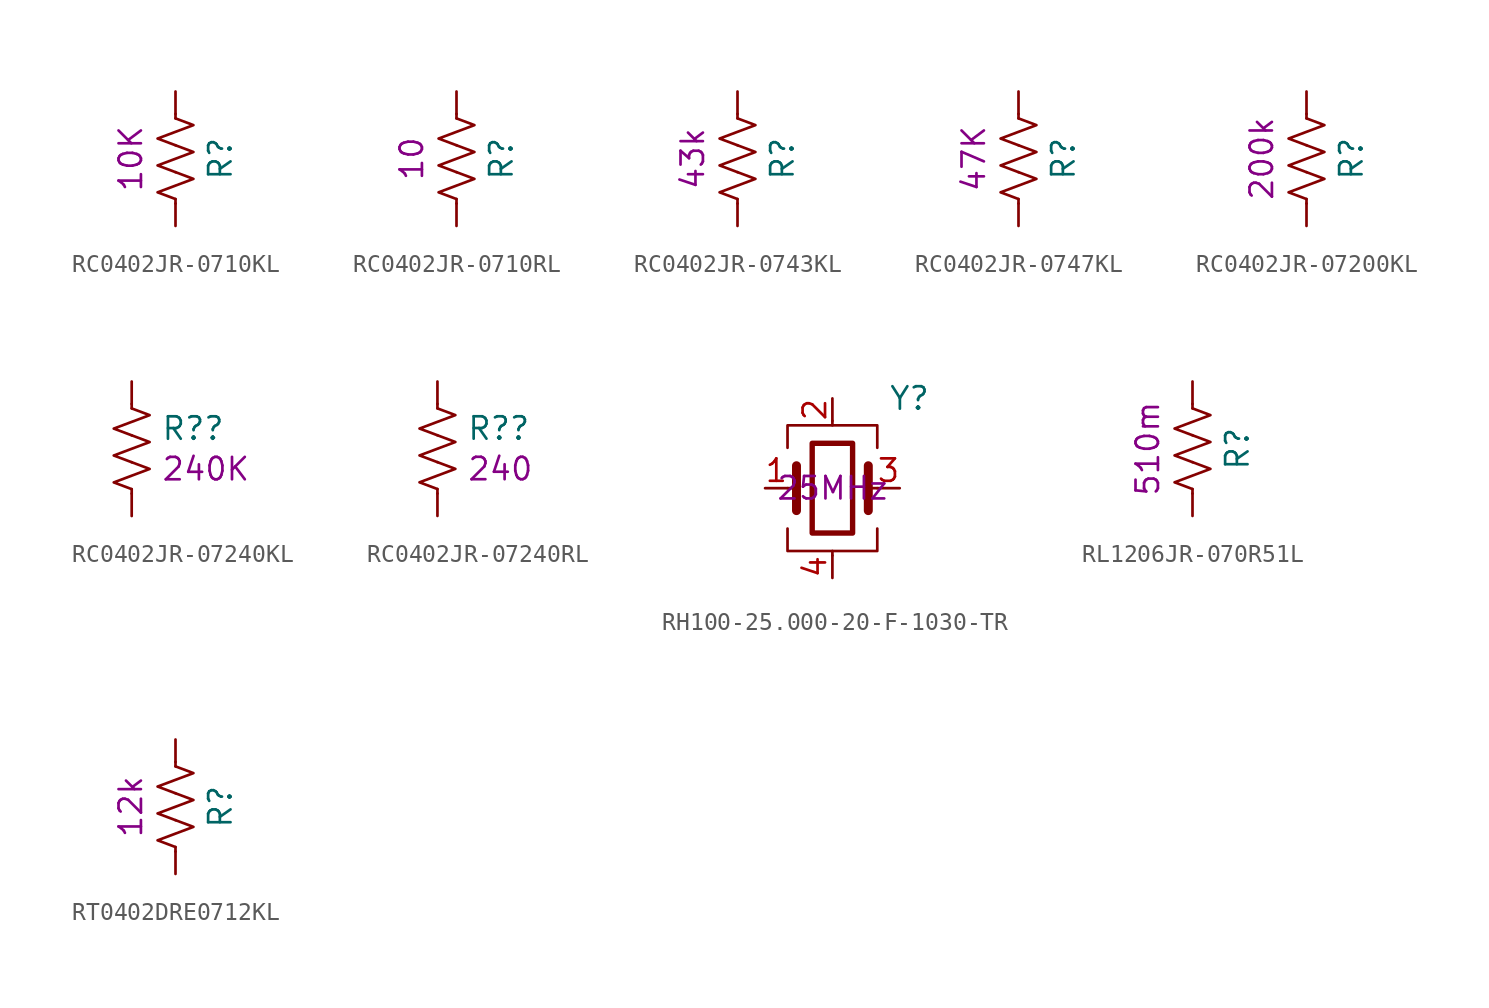
<source format=kicad_sym>
(kicad_symbol_lib
  (version 20210619)
  (generator kicad_symbol_editor)
  (symbol "eval-board-1_buck-regulator:RC0402JR-0710KL"
    (pin_numbers hide)
    (pin_names
      (offset 0))
    (property "Reference" "R"
      (at 2.54 0 90)
      (effects (font (size 1.27 1.27))))
    (property "id" "10K"
      (at -2.54 0 90)
      (effects (font (size 1.27 1.27))))
    (symbol "RC0402JR-0710KL_0_1"
      (polyline (pts (xy 0 -2.286) (xy 0 -2.54)) (stroke (width 0)) (fill (type none)))
      (polyline (pts (xy 0 2.286) (xy 0 2.54)) (stroke (width 0)) (fill (type none)))
      (polyline (pts (xy 0 -0.762) (xy 1.016 -1.143) (xy 0 -1.524) (xy -1.016 -1.905) (xy 0 -2.286)) (stroke (width 0)) (fill (type none)))
      (polyline (pts (xy 0 0.762) (xy 1.016 0.381) (xy 0 0) (xy -1.016 -0.381) (xy 0 -0.762)) (stroke (width 0)) (fill (type none)))
      (polyline (pts (xy 0 2.286) (xy 1.016 1.905) (xy 0 1.524) (xy -1.016 1.143) (xy 0 0.762)) (stroke (width 0)) (fill (type none))))
    (symbol "RC0402JR-0710KL_1_1"
      (pin passive line (at 0 3.81 270) (length 1.27) (name "~" (effects (font (size 1.27 1.27)))) (number "1" (effects (font (size 1.27 1.27)))))
      (pin passive line (at 0 -3.81 90) (length 1.27) (name "~" (effects (font (size 1.27 1.27)))) (number "2" (effects (font (size 1.27 1.27)))))))
  (symbol "eval-board-1_buck-regulator:RC0402JR-0710RL"
    (pin_numbers hide)
    (pin_names
      (offset 0))
    (property "Reference" "R"
      (at 2.54 0 90)
      (effects (font (size 1.27 1.27))))
    (property "id" "10"
      (at -2.54 0 90)
      (effects (font (size 1.27 1.27))))
    (symbol "RC0402JR-0710RL_0_1"
      (polyline (pts (xy 0 -2.286) (xy 0 -2.54)) (stroke (width 0)) (fill (type none)))
      (polyline (pts (xy 0 2.286) (xy 0 2.54)) (stroke (width 0)) (fill (type none)))
      (polyline (pts (xy 0 -0.762) (xy 1.016 -1.143) (xy 0 -1.524) (xy -1.016 -1.905) (xy 0 -2.286)) (stroke (width 0)) (fill (type none)))
      (polyline (pts (xy 0 0.762) (xy 1.016 0.381) (xy 0 0) (xy -1.016 -0.381) (xy 0 -0.762)) (stroke (width 0)) (fill (type none)))
      (polyline (pts (xy 0 2.286) (xy 1.016 1.905) (xy 0 1.524) (xy -1.016 1.143) (xy 0 0.762)) (stroke (width 0)) (fill (type none))))
    (symbol "RC0402JR-0710RL_1_1"
      (pin passive line (at 0 3.81 270) (length 1.27) (name "~" (effects (font (size 1.27 1.27)))) (number "1" (effects (font (size 1.27 1.27)))))
      (pin passive line (at 0 -3.81 90) (length 1.27) (name "~" (effects (font (size 1.27 1.27)))) (number "2" (effects (font (size 1.27 1.27)))))))
  (symbol "eval-board-1_buck-regulator:RC0402JR-0743KL"
    (pin_numbers hide)
    (pin_names
      (offset 0))
    (property "Reference" "R"
      (at 2.54 0 90)
      (effects (font (size 1.27 1.27))))
    (property "id" "43k"
      (at -2.54 0 90)
      (effects (font (size 1.27 1.27))))
    (symbol "RC0402JR-0743KL_0_1"
      (polyline (pts (xy 0 -2.286) (xy 0 -2.54)) (stroke (width 0)) (fill (type none)))
      (polyline (pts (xy 0 2.286) (xy 0 2.54)) (stroke (width 0)) (fill (type none)))
      (polyline (pts (xy 0 -0.762) (xy 1.016 -1.143) (xy 0 -1.524) (xy -1.016 -1.905) (xy 0 -2.286)) (stroke (width 0)) (fill (type none)))
      (polyline (pts (xy 0 0.762) (xy 1.016 0.381) (xy 0 0) (xy -1.016 -0.381) (xy 0 -0.762)) (stroke (width 0)) (fill (type none)))
      (polyline (pts (xy 0 2.286) (xy 1.016 1.905) (xy 0 1.524) (xy -1.016 1.143) (xy 0 0.762)) (stroke (width 0)) (fill (type none))))
    (symbol "RC0402JR-0743KL_1_1"
      (pin passive line (at 0 3.81 270) (length 1.27) (name "~" (effects (font (size 1.27 1.27)))) (number "1" (effects (font (size 1.27 1.27)))))
      (pin passive line (at 0 -3.81 90) (length 1.27) (name "~" (effects (font (size 1.27 1.27)))) (number "2" (effects (font (size 1.27 1.27)))))))
  (symbol "eval-board-1_buck-regulator:RC0402JR-0747KL"
    (pin_numbers hide)
    (pin_names
      (offset 0))
    (property "Reference" "R"
      (at 2.54 0 90)
      (effects (font (size 1.27 1.27))))
    (property "id" "47K"
      (at -2.54 0 90)
      (effects (font (size 1.27 1.27))))
    (symbol "RC0402JR-0747KL_0_1"
      (polyline (pts (xy 0 -2.286) (xy 0 -2.54)) (stroke (width 0)) (fill (type none)))
      (polyline (pts (xy 0 2.286) (xy 0 2.54)) (stroke (width 0)) (fill (type none)))
      (polyline (pts (xy 0 -0.762) (xy 1.016 -1.143) (xy 0 -1.524) (xy -1.016 -1.905) (xy 0 -2.286)) (stroke (width 0)) (fill (type none)))
      (polyline (pts (xy 0 0.762) (xy 1.016 0.381) (xy 0 0) (xy -1.016 -0.381) (xy 0 -0.762)) (stroke (width 0)) (fill (type none)))
      (polyline (pts (xy 0 2.286) (xy 1.016 1.905) (xy 0 1.524) (xy -1.016 1.143) (xy 0 0.762)) (stroke (width 0)) (fill (type none))))
    (symbol "RC0402JR-0747KL_1_1"
      (pin passive line (at 0 3.81 270) (length 1.27) (name "~" (effects (font (size 1.27 1.27)))) (number "1" (effects (font (size 1.27 1.27)))))
      (pin passive line (at 0 -3.81 90) (length 1.27) (name "~" (effects (font (size 1.27 1.27)))) (number "2" (effects (font (size 1.27 1.27)))))))
  (symbol "eval-board-1_buck-regulator:RC0402JR-07200KL"
    (pin_numbers hide)
    (pin_names
      (offset 0))
    (property "Reference" "R"
      (at 2.54 0 90)
      (effects (font (size 1.27 1.27))))
    (property "id" "200k"
      (at -2.54 0 90)
      (effects (font (size 1.27 1.27))))
    (symbol "RC0402JR-07200KL_0_1"
      (polyline (pts (xy 0 -2.286) (xy 0 -2.54)) (stroke (width 0)) (fill (type none)))
      (polyline (pts (xy 0 2.286) (xy 0 2.54)) (stroke (width 0)) (fill (type none)))
      (polyline (pts (xy 0 -0.762) (xy 1.016 -1.143) (xy 0 -1.524) (xy -1.016 -1.905) (xy 0 -2.286)) (stroke (width 0)) (fill (type none)))
      (polyline (pts (xy 0 0.762) (xy 1.016 0.381) (xy 0 0) (xy -1.016 -0.381) (xy 0 -0.762)) (stroke (width 0)) (fill (type none)))
      (polyline (pts (xy 0 2.286) (xy 1.016 1.905) (xy 0 1.524) (xy -1.016 1.143) (xy 0 0.762)) (stroke (width 0)) (fill (type none))))
    (symbol "RC0402JR-07200KL_1_1"
      (pin passive line (at 0 3.81 270) (length 1.27) (name "~" (effects (font (size 1.27 1.27)))) (number "1" (effects (font (size 1.27 1.27)))))
      (pin passive line (at 0 -3.81 90) (length 1.27) (name "~" (effects (font (size 1.27 1.27)))) (number "2" (effects (font (size 1.27 1.27)))))))
  (symbol "eval-board-1_buck-regulator:RC0402JR-07240KL"
    (pin_numbers hide)
    (pin_names
      (offset 0))
    (property "Reference" "R?"
      (at 1.651 1.149 0)
      (effects (font (size 1.27 1.27)) (justify left)))
    (property "id" "240K"
      (at 1.651 -1.149 0)
      (effects (font (size 1.27 1.27)) (justify left)))
    (symbol "RC0402JR-07240KL_0_1"
      (polyline (pts (xy 0 -2.286) (xy 0 -2.54)) (stroke (width 0)) (fill (type none)))
      (polyline (pts (xy 0 2.286) (xy 0 2.54)) (stroke (width 0)) (fill (type none)))
      (polyline (pts (xy 0 -0.762) (xy 1.016 -1.143) (xy 0 -1.524) (xy -1.016 -1.905) (xy 0 -2.286)) (stroke (width 0)) (fill (type none)))
      (polyline (pts (xy 0 0.762) (xy 1.016 0.381) (xy 0 0) (xy -1.016 -0.381) (xy 0 -0.762)) (stroke (width 0)) (fill (type none)))
      (polyline (pts (xy 0 2.286) (xy 1.016 1.905) (xy 0 1.524) (xy -1.016 1.143) (xy 0 0.762)) (stroke (width 0)) (fill (type none))))
    (symbol "RC0402JR-07240KL_1_1"
      (pin passive line (at 0 3.81 270) (length 1.27) (name "~" (effects (font (size 1.27 1.27)))) (number "1" (effects (font (size 1.27 1.27)))))
      (pin passive line (at 0 -3.81 90) (length 1.27) (name "~" (effects (font (size 1.27 1.27)))) (number "2" (effects (font (size 1.27 1.27)))))))
  (symbol "eval-board-1_buck-regulator:RC0402JR-07240RL"
    (pin_numbers hide)
    (pin_names
      (offset 0))
    (property "Reference" "R?"
      (at 1.651 1.149 0)
      (effects (font (size 1.27 1.27)) (justify left)))
    (property "id" "240"
      (at 1.651 -1.149 0)
      (effects (font (size 1.27 1.27)) (justify left)))
    (symbol "RC0402JR-07240RL_0_1"
      (polyline (pts (xy 0 -2.286) (xy 0 -2.54)) (stroke (width 0)) (fill (type none)))
      (polyline (pts (xy 0 2.286) (xy 0 2.54)) (stroke (width 0)) (fill (type none)))
      (polyline (pts (xy 0 -0.762) (xy 1.016 -1.143) (xy 0 -1.524) (xy -1.016 -1.905) (xy 0 -2.286)) (stroke (width 0)) (fill (type none)))
      (polyline (pts (xy 0 0.762) (xy 1.016 0.381) (xy 0 0) (xy -1.016 -0.381) (xy 0 -0.762)) (stroke (width 0)) (fill (type none)))
      (polyline (pts (xy 0 2.286) (xy 1.016 1.905) (xy 0 1.524) (xy -1.016 1.143) (xy 0 0.762)) (stroke (width 0)) (fill (type none))))
    (symbol "RC0402JR-07240RL_1_1"
      (pin passive line (at 0 3.81 270) (length 1.27) (name "~" (effects (font (size 1.27 1.27)))) (number "1" (effects (font (size 1.27 1.27)))))
      (pin passive line (at 0 -3.81 90) (length 1.27) (name "~" (effects (font (size 1.27 1.27)))) (number "2" (effects (font (size 1.27 1.27)))))))
  (symbol "eval-board-1_buck-regulator:RH100-25.000-20-F-1030-TR"
    (pin_names
      (offset 1.016) hide)
    (property "Reference" "Y"
      (at 3.175 5.08 0)
      (effects (font (size 1.27 1.27)) (justify left)))
    (property "id" "25MHz"
      (at 0 0 0)
      (effects (font (size 1.27 1.27))))
    (symbol "RH100-25.000-20-F-1030-TR_0_1"
      (rectangle (start -1.143 2.54) (end 1.143 -2.54) (stroke (width 0.305)) (fill (type none)))
      (polyline (pts (xy -2.54 0) (xy -2.032 0)) (stroke (width 0)) (fill (type none)))
      (polyline (pts (xy -2.032 -1.27) (xy -2.032 1.27)) (stroke (width 0.508)) (fill (type none)))
      (polyline (pts (xy 0 -3.81) (xy 0 -3.556)) (stroke (width 0)) (fill (type none)))
      (polyline (pts (xy 0 3.556) (xy 0 3.81)) (stroke (width 0)) (fill (type none)))
      (polyline (pts (xy 2.032 -1.27) (xy 2.032 1.27)) (stroke (width 0.508)) (fill (type none)))
      (polyline (pts (xy 2.032 0) (xy 2.54 0)) (stroke (width 0)) (fill (type none)))
      (polyline (pts (xy -2.54 -2.286) (xy -2.54 -3.556) (xy 2.54 -3.556) (xy 2.54 -2.286)) (stroke (width 0)) (fill (type none)))
      (polyline (pts (xy -2.54 2.286) (xy -2.54 3.556) (xy 2.54 3.556) (xy 2.54 2.286)) (stroke (width 0)) (fill (type none))))
    (symbol "RH100-25.000-20-F-1030-TR_1_1"
      (pin passive line (at -3.81 0 0) (length 1.27) (name "1" (effects (font (size 1.27 1.27)))) (number "1" (effects (font (size 1.27 1.27)))))
      (pin passive line (at 0 5.08 270) (length 1.27) (name "2" (effects (font (size 1.27 1.27)))) (number "2" (effects (font (size 1.27 1.27)))))
      (pin passive line (at 3.81 0 180) (length 1.27) (name "3" (effects (font (size 1.27 1.27)))) (number "3" (effects (font (size 1.27 1.27)))))
      (pin passive line (at 0 -5.08 90) (length 1.27) (name "4" (effects (font (size 1.27 1.27)))) (number "4" (effects (font (size 1.27 1.27)))))))
  (symbol "eval-board-1_buck-regulator:RL1206JR-070R51L"
    (pin_numbers hide)
    (pin_names
      (offset 0))
    (property "Reference" "R"
      (at 2.54 0 90)
      (effects (font (size 1.27 1.27))))
    (property "id" "510m"
      (at -2.54 0 90)
      (effects (font (size 1.27 1.27))))
    (symbol "RL1206JR-070R51L_0_1"
      (polyline (pts (xy 0 -2.286) (xy 0 -2.54)) (stroke (width 0)) (fill (type none)))
      (polyline (pts (xy 0 2.286) (xy 0 2.54)) (stroke (width 0)) (fill (type none)))
      (polyline (pts (xy 0 -0.762) (xy 1.016 -1.143) (xy 0 -1.524) (xy -1.016 -1.905) (xy 0 -2.286)) (stroke (width 0)) (fill (type none)))
      (polyline (pts (xy 0 0.762) (xy 1.016 0.381) (xy 0 0) (xy -1.016 -0.381) (xy 0 -0.762)) (stroke (width 0)) (fill (type none)))
      (polyline (pts (xy 0 2.286) (xy 1.016 1.905) (xy 0 1.524) (xy -1.016 1.143) (xy 0 0.762)) (stroke (width 0)) (fill (type none))))
    (symbol "RL1206JR-070R51L_1_1"
      (pin passive line (at 0 3.81 270) (length 1.27) (name "~" (effects (font (size 1.27 1.27)))) (number "1" (effects (font (size 1.27 1.27)))))
      (pin passive line (at 0 -3.81 90) (length 1.27) (name "~" (effects (font (size 1.27 1.27)))) (number "2" (effects (font (size 1.27 1.27)))))))
  (symbol "eval-board-1_buck-regulator:RT0402DRE0712KL"
    (pin_numbers hide)
    (pin_names
      (offset 0))
    (property "Reference" "R"
      (at 2.54 0 90)
      (effects (font (size 1.27 1.27))))
    (property "id" "12k"
      (at -2.54 0 90)
      (effects (font (size 1.27 1.27))))
    (symbol "RT0402DRE0712KL_0_1"
      (polyline (pts (xy 0 -2.286) (xy 0 -2.54)) (stroke (width 0)) (fill (type none)))
      (polyline (pts (xy 0 2.286) (xy 0 2.54)) (stroke (width 0)) (fill (type none)))
      (polyline (pts (xy 0 -0.762) (xy 1.016 -1.143) (xy 0 -1.524) (xy -1.016 -1.905) (xy 0 -2.286)) (stroke (width 0)) (fill (type none)))
      (polyline (pts (xy 0 0.762) (xy 1.016 0.381) (xy 0 0) (xy -1.016 -0.381) (xy 0 -0.762)) (stroke (width 0)) (fill (type none)))
      (polyline (pts (xy 0 2.286) (xy 1.016 1.905) (xy 0 1.524) (xy -1.016 1.143) (xy 0 0.762)) (stroke (width 0)) (fill (type none))))
    (symbol "RT0402DRE0712KL_1_1"
      (pin passive line (at 0 3.81 270) (length 1.27) (name "~" (effects (font (size 1.27 1.27)))) (number "1" (effects (font (size 1.27 1.27)))))
      (pin passive line (at 0 -3.81 90) (length 1.27) (name "~" (effects (font (size 1.27 1.27)))) (number "2" (effects (font (size 1.27 1.27))))))))
</source>
